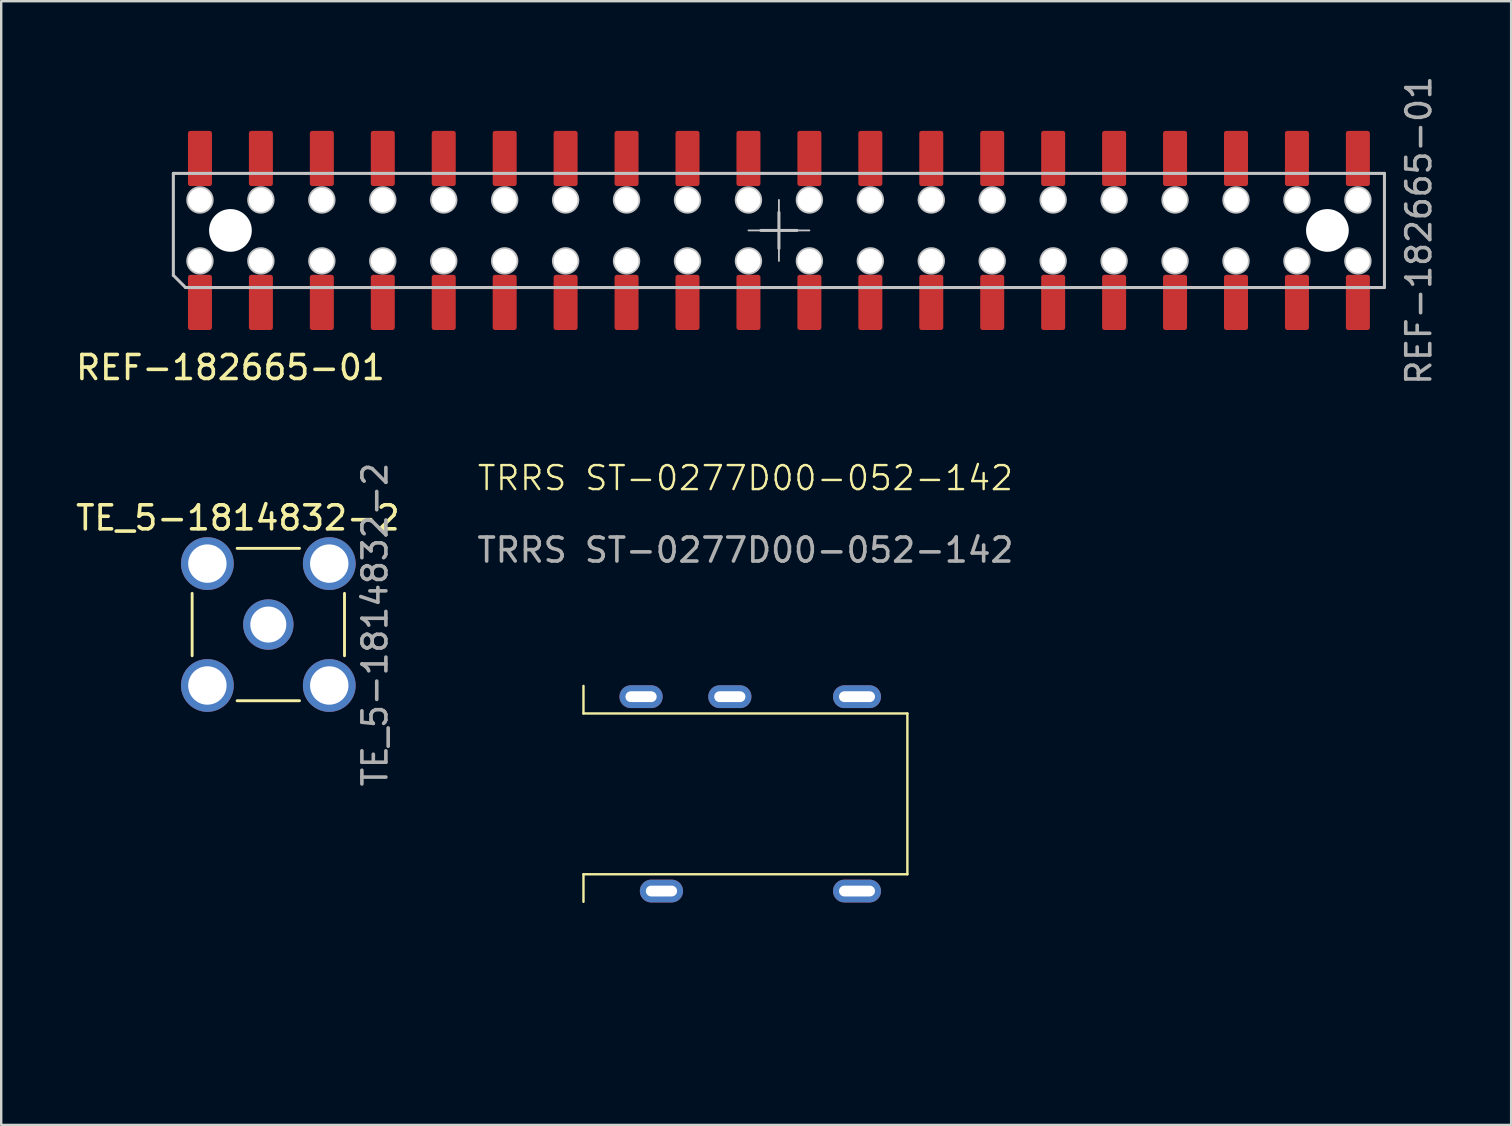
<source format=kicad_pcb>
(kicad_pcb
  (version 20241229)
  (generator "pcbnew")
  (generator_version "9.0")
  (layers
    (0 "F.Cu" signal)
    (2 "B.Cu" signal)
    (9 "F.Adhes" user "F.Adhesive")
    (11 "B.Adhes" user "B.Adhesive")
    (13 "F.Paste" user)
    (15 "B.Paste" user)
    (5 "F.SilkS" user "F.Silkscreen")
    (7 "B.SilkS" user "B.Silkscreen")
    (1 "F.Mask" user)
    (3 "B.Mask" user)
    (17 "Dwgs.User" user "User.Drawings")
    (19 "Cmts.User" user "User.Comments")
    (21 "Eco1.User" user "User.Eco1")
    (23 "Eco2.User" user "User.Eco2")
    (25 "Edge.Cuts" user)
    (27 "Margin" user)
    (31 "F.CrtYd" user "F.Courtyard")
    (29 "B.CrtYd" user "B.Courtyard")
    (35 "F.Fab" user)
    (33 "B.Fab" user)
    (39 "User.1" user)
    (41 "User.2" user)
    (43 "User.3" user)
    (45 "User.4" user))
  (footprint "TE_5-1814832-2"
    (layer "F.Cu")
    (at 8.133 22.98)
    (property "Reference" "TE_5-1814832-2" (at -1.27 -4.445 0) (unlocked yes) (layer "F.SilkS") (effects (font (size 1 1) (thickness 0.15))))
    (attr smd)
    (fp_line (start -3.175 1.3) (end -3.175 -1.3) (stroke (width 0.12) (type solid)) (layer "F.SilkS"))
    (fp_line (start -1.3 -3.175) (end 1.3 -3.175) (stroke (width 0.12) (type solid)) (layer "F.SilkS"))
    (fp_line (start -1.3 3.175) (end 1.3 3.175) (stroke (width 0.12) (type solid)) (layer "F.SilkS"))
    (fp_line (start 3.175 1.3) (end 3.175 -1.3) (stroke (width 0.12) (type solid)) (layer "F.SilkS"))
    (fp_text user "${REFERENCE}" (at 4.445 0 90) (unlocked yes) (layer "F.Fab") (effects (font (size 1 1) (thickness 0.15))))
    (pad "1" thru_hole circle (at -2.54 -2.54) (size 2.2 2.2) (drill 1.6) (layers "*.Cu" "*.Mask"))
    (pad "2" thru_hole circle (at 2.54 -2.54) (size 2.2 2.2) (drill 1.6) (layers "*.Cu" "*.Mask"))
    (pad "3" thru_hole circle (at 2.54 2.54) (size 2.2 2.2) (drill 1.6) (layers "*.Cu" "*.Mask"))
    (pad "4" thru_hole circle (at -2.54 2.54) (size 2.2 2.2) (drill 1.6) (layers "*.Cu" "*.Mask"))
    (pad "5" thru_hole circle (at 0 0) (size 2.1 2.1) (drill 1.5) (layers "*.Cu" "*.Mask")))
  (footprint "REF-182665-01"
    (layer "F.Cu")
    (at 29.414 6.554)
    (property "Reference" "REF-182665-01" (at -22.86 5.715 0) (layer "F.SilkS") (effects (font (size 1 1) (thickness 0.15))))
    (fp_line (start -25.239 -2.377) (end 25.237 -2.377) (stroke (width 0.127) (type solid)) (layer "Dwgs.User"))
    (fp_line (start -25.239 1.871) (end -25.239 -2.377) (stroke (width 0.127) (type solid)) (layer "Dwgs.User"))
    (fp_line (start -24.731 2.379) (end -25.239 1.871) (stroke (width 0.127) (type solid)) (layer "Dwgs.User"))
    (fp_line (start -1.27 0) (end 1.27 0) (stroke (width 0.076) (type solid)) (layer "Dwgs.User"))
    (fp_line (start -0.75 0) (end 0.75 0) (stroke (width 0.127) (type solid)) (layer "Dwgs.User"))
    (fp_line (start 0 -1.27) (end 0 1.27) (stroke (width 0.076) (type solid)) (layer "Dwgs.User"))
    (fp_line (start 0 -0.75) (end 0 0.75) (stroke (width 0.127) (type solid)) (layer "Dwgs.User"))
    (fp_line (start 25.237 -2.377) (end 25.237 2.379) (stroke (width 0.127) (type solid)) (layer "Dwgs.User"))
    (fp_line (start 25.237 2.379) (end -24.731 2.379) (stroke (width 0.127) (type solid)) (layer "Dwgs.User"))
    (fp_circle (center -24.13 -1.27) (end -23.622 -1.27) (stroke (width 0.127) (type solid)) (fill no) (layer "Dwgs.User"))
    (fp_circle (center -24.13 1.27) (end -23.622 1.27) (stroke (width 0.127) (type solid)) (fill no) (layer "Dwgs.User"))
    (fp_circle (center -21.59 -1.27) (end -21.082 -1.27) (stroke (width 0.127) (type solid)) (fill no) (layer "Dwgs.User"))
    (fp_circle (center -21.59 1.27) (end -21.082 1.27) (stroke (width 0.127) (type solid)) (fill no) (layer "Dwgs.User"))
    (fp_circle (center -19.05 -1.27) (end -18.542 -1.27) (stroke (width 0.127) (type solid)) (fill no) (layer "Dwgs.User"))
    (fp_circle (center -19.05 1.27) (end -18.542 1.27) (stroke (width 0.127) (type solid)) (fill no) (layer "Dwgs.User"))
    (fp_circle (center -16.51 -1.27) (end -16.002 -1.27) (stroke (width 0.127) (type solid)) (fill no) (layer "Dwgs.User"))
    (fp_circle (center -16.51 1.27) (end -16.002 1.27) (stroke (width 0.127) (type solid)) (fill no) (layer "Dwgs.User"))
    (fp_circle (center -13.97 -1.27) (end -13.462 -1.27) (stroke (width 0.127) (type solid)) (fill no) (layer "Dwgs.User"))
    (fp_circle (center -13.97 1.27) (end -13.462 1.27) (stroke (width 0.127) (type solid)) (fill no) (layer "Dwgs.User"))
    (fp_circle (center -11.43 -1.27) (end -10.922 -1.27) (stroke (width 0.127) (type solid)) (fill no) (layer "Dwgs.User"))
    (fp_circle (center -11.43 1.27) (end -10.922 1.27) (stroke (width 0.127) (type solid)) (fill no) (layer "Dwgs.User"))
    (fp_circle (center -8.89 -1.27) (end -8.382 -1.27) (stroke (width 0.127) (type solid)) (fill no) (layer "Dwgs.User"))
    (fp_circle (center -8.89 1.27) (end -8.382 1.27) (stroke (width 0.127) (type solid)) (fill no) (layer "Dwgs.User"))
    (fp_circle (center -6.35 -1.27) (end -5.842 -1.27) (stroke (width 0.127) (type solid)) (fill no) (layer "Dwgs.User"))
    (fp_circle (center -6.35 1.27) (end -5.842 1.27) (stroke (width 0.127) (type solid)) (fill no) (layer "Dwgs.User"))
    (fp_circle (center -3.81 -1.27) (end -3.302 -1.27) (stroke (width 0.127) (type solid)) (fill no) (layer "Dwgs.User"))
    (fp_circle (center -3.81 1.27) (end -3.302 1.27) (stroke (width 0.127) (type solid)) (fill no) (layer "Dwgs.User"))
    (fp_circle (center -1.27 -1.27) (end -0.762 -1.27) (stroke (width 0.127) (type solid)) (fill no) (layer "Dwgs.User"))
    (fp_circle (center -1.27 1.27) (end -0.762 1.27) (stroke (width 0.127) (type solid)) (fill no) (layer "Dwgs.User"))
    (fp_circle (center 1.27 -1.27) (end 1.778 -1.27) (stroke (width 0.127) (type solid)) (fill no) (layer "Dwgs.User"))
    (fp_circle (center 1.27 1.27) (end 1.778 1.27) (stroke (width 0.127) (type solid)) (fill no) (layer "Dwgs.User"))
    (fp_circle (center 3.81 -1.27) (end 4.318 -1.27) (stroke (width 0.127) (type solid)) (fill no) (layer "Dwgs.User"))
    (fp_circle (center 3.81 1.27) (end 4.318 1.27) (stroke (width 0.127) (type solid)) (fill no) (layer "Dwgs.User"))
    (fp_circle (center 6.35 -1.27) (end 6.858 -1.27) (stroke (width 0.127) (type solid)) (fill no) (layer "Dwgs.User"))
    (fp_circle (center 6.35 1.27) (end 6.858 1.27) (stroke (width 0.127) (type solid)) (fill no) (layer "Dwgs.User"))
    (fp_circle (center 8.89 -1.27) (end 9.398 -1.27) (stroke (width 0.127) (type solid)) (fill no) (layer "Dwgs.User"))
    (fp_circle (center 8.89 1.27) (end 9.398 1.27) (stroke (width 0.127) (type solid)) (fill no) (layer "Dwgs.User"))
    (fp_circle (center 11.43 -1.27) (end 11.938 -1.27) (stroke (width 0.127) (type solid)) (fill no) (layer "Dwgs.User"))
    (fp_circle (center 11.43 1.27) (end 11.938 1.27) (stroke (width 0.127) (type solid)) (fill no) (layer "Dwgs.User"))
    (fp_circle (center 13.97 -1.27) (end 14.478 -1.27) (stroke (width 0.127) (type solid)) (fill no) (layer "Dwgs.User"))
    (fp_circle (center 13.97 1.27) (end 14.478 1.27) (stroke (width 0.127) (type solid)) (fill no) (layer "Dwgs.User"))
    (fp_circle (center 16.51 -1.27) (end 17.018 -1.27) (stroke (width 0.127) (type solid)) (fill no) (layer "Dwgs.User"))
    (fp_circle (center 16.51 1.27) (end 17.018 1.27) (stroke (width 0.127) (type solid)) (fill no) (layer "Dwgs.User"))
    (fp_circle (center 19.05 -1.27) (end 19.558 -1.27) (stroke (width 0.127) (type solid)) (fill no) (layer "Dwgs.User"))
    (fp_circle (center 19.05 1.27) (end 19.558 1.27) (stroke (width 0.127) (type solid)) (fill no) (layer "Dwgs.User"))
    (fp_circle (center 21.59 -1.27) (end 22.098 -1.27) (stroke (width 0.127) (type solid)) (fill no) (layer "Dwgs.User"))
    (fp_circle (center 21.59 1.27) (end 22.098 1.27) (stroke (width 0.127) (type solid)) (fill no) (layer "Dwgs.User"))
    (fp_circle (center 24.13 -1.27) (end 24.638 -1.27) (stroke (width 0.127) (type solid)) (fill no) (layer "Dwgs.User"))
    (fp_circle (center 24.13 1.27) (end 24.638 1.27) (stroke (width 0.127) (type solid)) (fill no) (layer "Dwgs.User"))
    (fp_text user "${REFERENCE}" (at 26.67 0 90) (unlocked yes) (layer "F.Fab") (effects (font (size 1 1) (thickness 0.15))))
    (pad "" np_thru_hole circle (at -24.13 -1.27) (size 1 1) (drill 1) (layers "*.Cu" "*.Mask"))
    (pad "" np_thru_hole circle (at -24.13 1.27) (size 1 1) (drill 1) (layers "*.Cu" "*.Mask"))
    (pad "" np_thru_hole circle (at -22.86 0) (size 1.78 1.78) (drill 1.78) (layers "*.Cu" "*.Mask"))
    (pad "" np_thru_hole circle (at -21.59 -1.27) (size 1 1) (drill 1) (layers "*.Cu" "*.Mask"))
    (pad "" np_thru_hole circle (at -21.59 1.27) (size 1 1) (drill 1) (layers "*.Cu" "*.Mask"))
    (pad "" np_thru_hole circle (at -19.05 -1.27) (size 1 1) (drill 1) (layers "*.Cu" "*.Mask"))
    (pad "" np_thru_hole circle (at -19.05 1.27) (size 1 1) (drill 1) (layers "*.Cu" "*.Mask"))
    (pad "" np_thru_hole circle (at -16.51 -1.27) (size 1 1) (drill 1) (layers "*.Cu" "*.Mask"))
    (pad "" np_thru_hole circle (at -16.51 1.27) (size 1 1) (drill 1) (layers "*.Cu" "*.Mask"))
    (pad "" np_thru_hole circle (at -13.97 -1.27) (size 1 1) (drill 1) (layers "*.Cu" "*.Mask"))
    (pad "" np_thru_hole circle (at -13.97 1.27) (size 1 1) (drill 1) (layers "*.Cu" "*.Mask"))
    (pad "" np_thru_hole circle (at -11.43 -1.27) (size 1 1) (drill 1) (layers "*.Cu" "*.Mask"))
    (pad "" np_thru_hole circle (at -11.43 1.27) (size 1 1) (drill 1) (layers "*.Cu" "*.Mask"))
    (pad "" np_thru_hole circle (at -8.89 -1.27) (size 1 1) (drill 1) (layers "*.Cu" "*.Mask"))
    (pad "" np_thru_hole circle (at -8.89 1.27) (size 1 1) (drill 1) (layers "*.Cu" "*.Mask"))
    (pad "" np_thru_hole circle (at -6.35 -1.27) (size 1 1) (drill 1) (layers "*.Cu" "*.Mask"))
    (pad "" np_thru_hole circle (at -6.35 1.27) (size 1 1) (drill 1) (layers "*.Cu" "*.Mask"))
    (pad "" np_thru_hole circle (at -3.81 -1.27) (size 1 1) (drill 1) (layers "*.Cu" "*.Mask"))
    (pad "" np_thru_hole circle (at -3.81 1.27) (size 1 1) (drill 1) (layers "*.Cu" "*.Mask"))
    (pad "" np_thru_hole circle (at -1.27 -1.27) (size 1 1) (drill 1) (layers "*.Cu" "*.Mask"))
    (pad "" np_thru_hole circle (at -1.27 1.27) (size 1 1) (drill 1) (layers "*.Cu" "*.Mask"))
    (pad "" np_thru_hole circle (at 1.27 -1.27) (size 1 1) (drill 1) (layers "*.Cu" "*.Mask"))
    (pad "" np_thru_hole circle (at 1.27 1.27) (size 1 1) (drill 1) (layers "*.Cu" "*.Mask"))
    (pad "" np_thru_hole circle (at 3.81 -1.27) (size 1 1) (drill 1) (layers "*.Cu" "*.Mask"))
    (pad "" np_thru_hole circle (at 3.81 1.27) (size 1 1) (drill 1) (layers "*.Cu" "*.Mask"))
    (pad "" np_thru_hole circle (at 6.35 -1.27) (size 1 1) (drill 1) (layers "*.Cu" "*.Mask"))
    (pad "" np_thru_hole circle (at 6.35 1.27) (size 1 1) (drill 1) (layers "*.Cu" "*.Mask"))
    (pad "" np_thru_hole circle (at 8.89 -1.27) (size 1 1) (drill 1) (layers "*.Cu" "*.Mask"))
    (pad "" np_thru_hole circle (at 8.89 1.27) (size 1 1) (drill 1) (layers "*.Cu" "*.Mask"))
    (pad "" np_thru_hole circle (at 11.43 -1.27) (size 1 1) (drill 1) (layers "*.Cu" "*.Mask"))
    (pad "" np_thru_hole circle (at 11.43 1.27) (size 1 1) (drill 1) (layers "*.Cu" "*.Mask"))
    (pad "" np_thru_hole circle (at 13.97 -1.27) (size 1 1) (drill 1) (layers "*.Cu" "*.Mask"))
    (pad "" np_thru_hole circle (at 13.97 1.27) (size 1 1) (drill 1) (layers "*.Cu" "*.Mask"))
    (pad "" np_thru_hole circle (at 16.51 -1.27) (size 1 1) (drill 1) (layers "*.Cu" "*.Mask"))
    (pad "" np_thru_hole circle (at 16.51 1.27) (size 1 1) (drill 1) (layers "*.Cu" "*.Mask"))
    (pad "" np_thru_hole circle (at 19.05 -1.27) (size 1 1) (drill 1) (layers "*.Cu" "*.Mask"))
    (pad "" np_thru_hole circle (at 19.05 1.27) (size 1 1) (drill 1) (layers "*.Cu" "*.Mask"))
    (pad "" np_thru_hole circle (at 21.59 -1.27) (size 1 1) (drill 1) (layers "*.Cu" "*.Mask"))
    (pad "" np_thru_hole circle (at 21.59 1.27) (size 1 1) (drill 1) (layers "*.Cu" "*.Mask"))
    (pad "" np_thru_hole circle (at 22.86 0) (size 1.78 1.78) (drill 1.78) (layers "*.Cu" "*.Mask"))
    (pad "" np_thru_hole circle (at 24.13 -1.27) (size 1 1) (drill 1) (layers "*.Cu" "*.Mask"))
    (pad "" np_thru_hole circle (at 24.13 1.27) (size 1 1) (drill 1) (layers "*.Cu" "*.Mask"))
    (pad "1" smd roundrect (at -24.13 3 90) (size 2.3 1) (layers "F.Cu" "F.Mask" "F.Paste") (roundrect_rratio 0.1))
    (pad "2" smd roundrect (at -24.13 -3 90) (size 2.3 1) (layers "F.Cu" "F.Mask" "F.Paste") (roundrect_rratio 0.1))
    (pad "3" smd roundrect (at -21.59 3 90) (size 2.3 1) (layers "F.Cu" "F.Mask" "F.Paste") (roundrect_rratio 0.1))
    (pad "4" smd roundrect (at -21.59 -3 90) (size 2.3 1) (layers "F.Cu" "F.Mask" "F.Paste") (roundrect_rratio 0.1))
    (pad "5" smd roundrect (at -19.05 3 90) (size 2.3 1) (layers "F.Cu" "F.Mask" "F.Paste") (roundrect_rratio 0.1))
    (pad "6" smd roundrect (at -19.05 -3 90) (size 2.3 1) (layers "F.Cu" "F.Mask" "F.Paste") (roundrect_rratio 0.1))
    (pad "7" smd roundrect (at -16.51 3 90) (size 2.3 1) (layers "F.Cu" "F.Mask" "F.Paste") (roundrect_rratio 0.1))
    (pad "8" smd roundrect (at -16.51 -3 90) (size 2.3 1) (layers "F.Cu" "F.Mask" "F.Paste") (roundrect_rratio 0.1))
    (pad "9" smd roundrect (at -13.97 3 90) (size 2.3 1) (layers "F.Cu" "F.Mask" "F.Paste") (roundrect_rratio 0.1))
    (pad "10" smd roundrect (at -13.97 -3 90) (size 2.3 1) (layers "F.Cu" "F.Mask" "F.Paste") (roundrect_rratio 0.1))
    (pad "11" smd roundrect (at -11.43 3 90) (size 2.3 1) (layers "F.Cu" "F.Mask" "F.Paste") (roundrect_rratio 0.1))
    (pad "12" smd roundrect (at -11.43 -3 90) (size 2.3 1) (layers "F.Cu" "F.Mask" "F.Paste") (roundrect_rratio 0.1))
    (pad "13" smd roundrect (at -8.89 3 90) (size 2.3 1) (layers "F.Cu" "F.Mask" "F.Paste") (roundrect_rratio 0.1))
    (pad "14" smd roundrect (at -8.89 -3 90) (size 2.3 1) (layers "F.Cu" "F.Mask" "F.Paste") (roundrect_rratio 0.1))
    (pad "15" smd roundrect (at -6.35 3 90) (size 2.3 1) (layers "F.Cu" "F.Mask" "F.Paste") (roundrect_rratio 0.1))
    (pad "16" smd roundrect (at -6.35 -3 90) (size 2.3 1) (layers "F.Cu" "F.Mask" "F.Paste") (roundrect_rratio 0.1))
    (pad "17" smd roundrect (at -3.81 3 90) (size 2.3 1) (layers "F.Cu" "F.Mask" "F.Paste") (roundrect_rratio 0.1))
    (pad "18" smd roundrect (at -3.81 -3 90) (size 2.3 1) (layers "F.Cu" "F.Mask" "F.Paste") (roundrect_rratio 0.1))
    (pad "19" smd roundrect (at -1.27 3 90) (size 2.3 1) (layers "F.Cu" "F.Mask" "F.Paste") (roundrect_rratio 0.1))
    (pad "20" smd roundrect (at -1.27 -3 90) (size 2.3 1) (layers "F.Cu" "F.Mask" "F.Paste") (roundrect_rratio 0.1))
    (pad "21" smd roundrect (at 1.27 3 90) (size 2.3 1) (layers "F.Cu" "F.Mask" "F.Paste") (roundrect_rratio 0.1))
    (pad "22" smd roundrect (at 1.27 -3 90) (size 2.3 1) (layers "F.Cu" "F.Mask" "F.Paste") (roundrect_rratio 0.1))
    (pad "23" smd roundrect (at 3.81 3 90) (size 2.3 1) (layers "F.Cu" "F.Mask" "F.Paste") (roundrect_rratio 0.1))
    (pad "24" smd roundrect (at 3.81 -3 90) (size 2.3 1) (layers "F.Cu" "F.Mask" "F.Paste") (roundrect_rratio 0.1))
    (pad "25" smd roundrect (at 6.35 3 90) (size 2.3 1) (layers "F.Cu" "F.Mask" "F.Paste") (roundrect_rratio 0.1))
    (pad "26" smd roundrect (at 6.35 -3 90) (size 2.3 1) (layers "F.Cu" "F.Mask" "F.Paste") (roundrect_rratio 0.1))
    (pad "27" smd roundrect (at 8.89 3 90) (size 2.3 1) (layers "F.Cu" "F.Mask" "F.Paste") (roundrect_rratio 0.1))
    (pad "28" smd roundrect (at 8.89 -3 90) (size 2.3 1) (layers "F.Cu" "F.Mask" "F.Paste") (roundrect_rratio 0.1))
    (pad "29" smd roundrect (at 11.43 3 90) (size 2.3 1) (layers "F.Cu" "F.Mask" "F.Paste") (roundrect_rratio 0.1))
    (pad "30" smd roundrect (at 11.43 -3 90) (size 2.3 1) (layers "F.Cu" "F.Mask" "F.Paste") (roundrect_rratio 0.1))
    (pad "31" smd roundrect (at 13.97 3 90) (size 2.3 1) (layers "F.Cu" "F.Mask" "F.Paste") (roundrect_rratio 0.1))
    (pad "32" smd roundrect (at 13.97 -3 90) (size 2.3 1) (layers "F.Cu" "F.Mask" "F.Paste") (roundrect_rratio 0.1))
    (pad "33" smd roundrect (at 16.51 3 90) (size 2.3 1) (layers "F.Cu" "F.Mask" "F.Paste") (roundrect_rratio 0.1))
    (pad "34" smd roundrect (at 16.51 -3 90) (size 2.3 1) (layers "F.Cu" "F.Mask" "F.Paste") (roundrect_rratio 0.1))
    (pad "35" smd roundrect (at 19.05 3 90) (size 2.3 1) (layers "F.Cu" "F.Mask" "F.Paste") (roundrect_rratio 0.1))
    (pad "36" smd roundrect (at 19.05 -3 90) (size 2.3 1) (layers "F.Cu" "F.Mask" "F.Paste") (roundrect_rratio 0.1))
    (pad "37" smd roundrect (at 21.59 3 90) (size 2.3 1) (layers "F.Cu" "F.Mask" "F.Paste") (roundrect_rratio 0.1))
    (pad "38" smd roundrect (at 21.59 -3 90) (size 2.3 1) (layers "F.Cu" "F.Mask" "F.Paste") (roundrect_rratio 0.1))
    (pad "39" smd roundrect (at 24.13 3 90) (size 2.3 1) (layers "F.Cu" "F.Mask" "F.Paste") (roundrect_rratio 0.1))
    (pad "40" smd roundrect (at 24.13 -3 90) (size 2.3 1) (layers "F.Cu" "F.Mask" "F.Paste") (roundrect_rratio 0.1)))
  (footprint "TRRS ST-0277D00-052-142"
    (layer "F.Cu")
    (at 28.018 30.037)
    (property "Reference" "TRRS ST-0277D00-052-142" (at 0 -13.16 0) (unlocked yes) (layer "F.SilkS") (effects (font (size 1 1) (thickness 0.1))))
    (attr smd)
    (fp_line (start -6.75 -4.5) (end -6.75 -3.35) (stroke (width 0.1) (type default)) (layer "F.SilkS"))
    (fp_line (start -6.75 -3.35) (end 6.75 -3.35) (stroke (width 0.1) (type default)) (layer "F.SilkS"))
    (fp_line (start -6.75 3.35) (end 6.75 3.35) (stroke (width 0.1) (type default)) (layer "F.SilkS"))
    (fp_line (start -6.75 4.5) (end -6.75 3.35) (stroke (width 0.1) (type default)) (layer "F.SilkS"))
    (fp_line (start 6.75 3.35) (end 6.75 -3.35) (stroke (width 0.1) (type default)) (layer "F.SilkS"))
    (fp_text user "${REFERENCE}" (at 0 -10.16 0) (unlocked yes) (layer "F.Fab") (effects (font (size 1 1) (thickness 0.15))))
    (dimension (type aligned) (layer "User.1") (pts (xy 21.268 33.387) (xy 34.768 33.387)) (height 4.27) (format (prefix "") (suffix "") (units 3) (units_format 1) (precision 4)) (style (thickness 0.1) (arrow_length 1.27) (text_position_mode 0) (arrow_direction outward) (extension_height 0.586) (extension_offset 0.5) (keep_text_aligned yes)) (gr_text "13.5000 mm" (at 28.018 36.557 0) (layer "User.1") (effects (font (size 1 1) (thickness 0.1)))))
    (dimension (type orthogonal) (layer "User.1") (pts (xy 32.668 34.087) (xy 21.268 34.537)) (height -1.51) (orientation 0) (format (prefix "") (suffix "") (units 3) (units_format 1) (precision 4)) (style (thickness 0.1) (arrow_length 1.27) (text_position_mode 0) (arrow_direction outward) (extension_height 0.586) (extension_offset 0.5) (keep_text_aligned yes)) (gr_text "11.4000 mm" (at 26.968 31.477 0) (layer "User.1") (effects (font (size 1 1) (thickness 0.1)))))
    (dimension (type orthogonal) (layer "User.1") (pts (xy 21.268 25.537) (xy 23.668 25.987)) (height -3.12) (orientation 0) (format (prefix "") (suffix "") (units 3) (units_format 1) (precision 4)) (style (thickness 0.1) (arrow_length 1.27) (text_position_mode 0) (arrow_direction outward) (extension_height 0.586) (extension_offset 0.5) (keep_text_aligned yes)) (gr_text "2.4000 mm" (at 22.468 21.317 0) (layer "User.1") (effects (font (size 1 1) (thickness 0.1)))))
    (dimension (type orthogonal) (layer "User.1") (pts (xy 21.268 26.112) (xy 27.368 25.987)) (height 3.925) (orientation 0) (format (prefix "") (suffix "") (units 3) (units_format 1) (precision 4)) (style (thickness 0.1) (arrow_length 1.27) (text_position_mode 0) (arrow_direction outward) (extension_height 0.586) (extension_offset 0.5) (keep_text_aligned yes)) (gr_text "6.1000 mm" (at 24.318 28.937 0) (layer "User.1") (effects (font (size 1 1) (thickness 0.1)))))
    (dimension (type orthogonal) (layer "User.1") (pts (xy 32.668 34.087) (xy 32.668 25.987)) (height 5.51) (orientation 1) (format (prefix "") (suffix "") (units 3) (units_format 1) (precision 4)) (style (thickness 0.1) (arrow_length 1.27) (text_position_mode 0) (arrow_direction outward) (extension_height 0.586) (extension_offset 0.5) (keep_text_aligned yes)) (gr_text "8.1000 mm" (at 37.078 30.037 90) (layer "User.1") (effects (font (size 1 1) (thickness 0.1)))))
    (dimension (type orthogonal) (layer "User.1") (pts (xy 21.268 33.962) (xy 24.518 34.087)) (height 6.235) (orientation 0) (format (prefix "") (suffix "") (units 3) (units_format 1) (precision 4)) (style (thickness 0.1) (arrow_length 1.27) (text_position_mode 0) (arrow_direction outward) (extension_height 0.586) (extension_offset 0.5) (keep_text_aligned yes)) (gr_text "3.2500 mm" (at 22.893 39.097 0) (layer "User.1") (effects (font (size 1 1) (thickness 0.1)))))
    (pad "1" thru_hole oval (at -4.35 -4.05) (size 1.8 0.95) (drill oval 1.3 0.45) (layers "*.Cu" "*.Mask"))
    (pad "2" thru_hole oval (at -3.5 4.05) (size 1.8 0.95) (drill oval 1.3 0.45) (layers "*.Cu" "*.Mask"))
    (pad "3" thru_hole oval (at -0.65 -4.05) (size 1.8 0.95) (drill oval 1.3 0.45) (layers "*.Cu" "*.Mask"))
    (pad "4" thru_hole oval (at 4.65 4.05) (size 2 0.95) (drill oval 1.5 0.45) (layers "*.Cu" "*.Mask"))
    (pad "5" thru_hole oval (at 4.65 -4.05) (size 2 0.95) (drill oval 1.5 0.45) (layers "*.Cu" "*.Mask")))
  (gr_rect
    (start -3 -3)
    (end 59.932 43.834)
    (stroke (width 0.1) (type default))
    (fill no)
    (layer "Edge.Cuts")))
</source>
